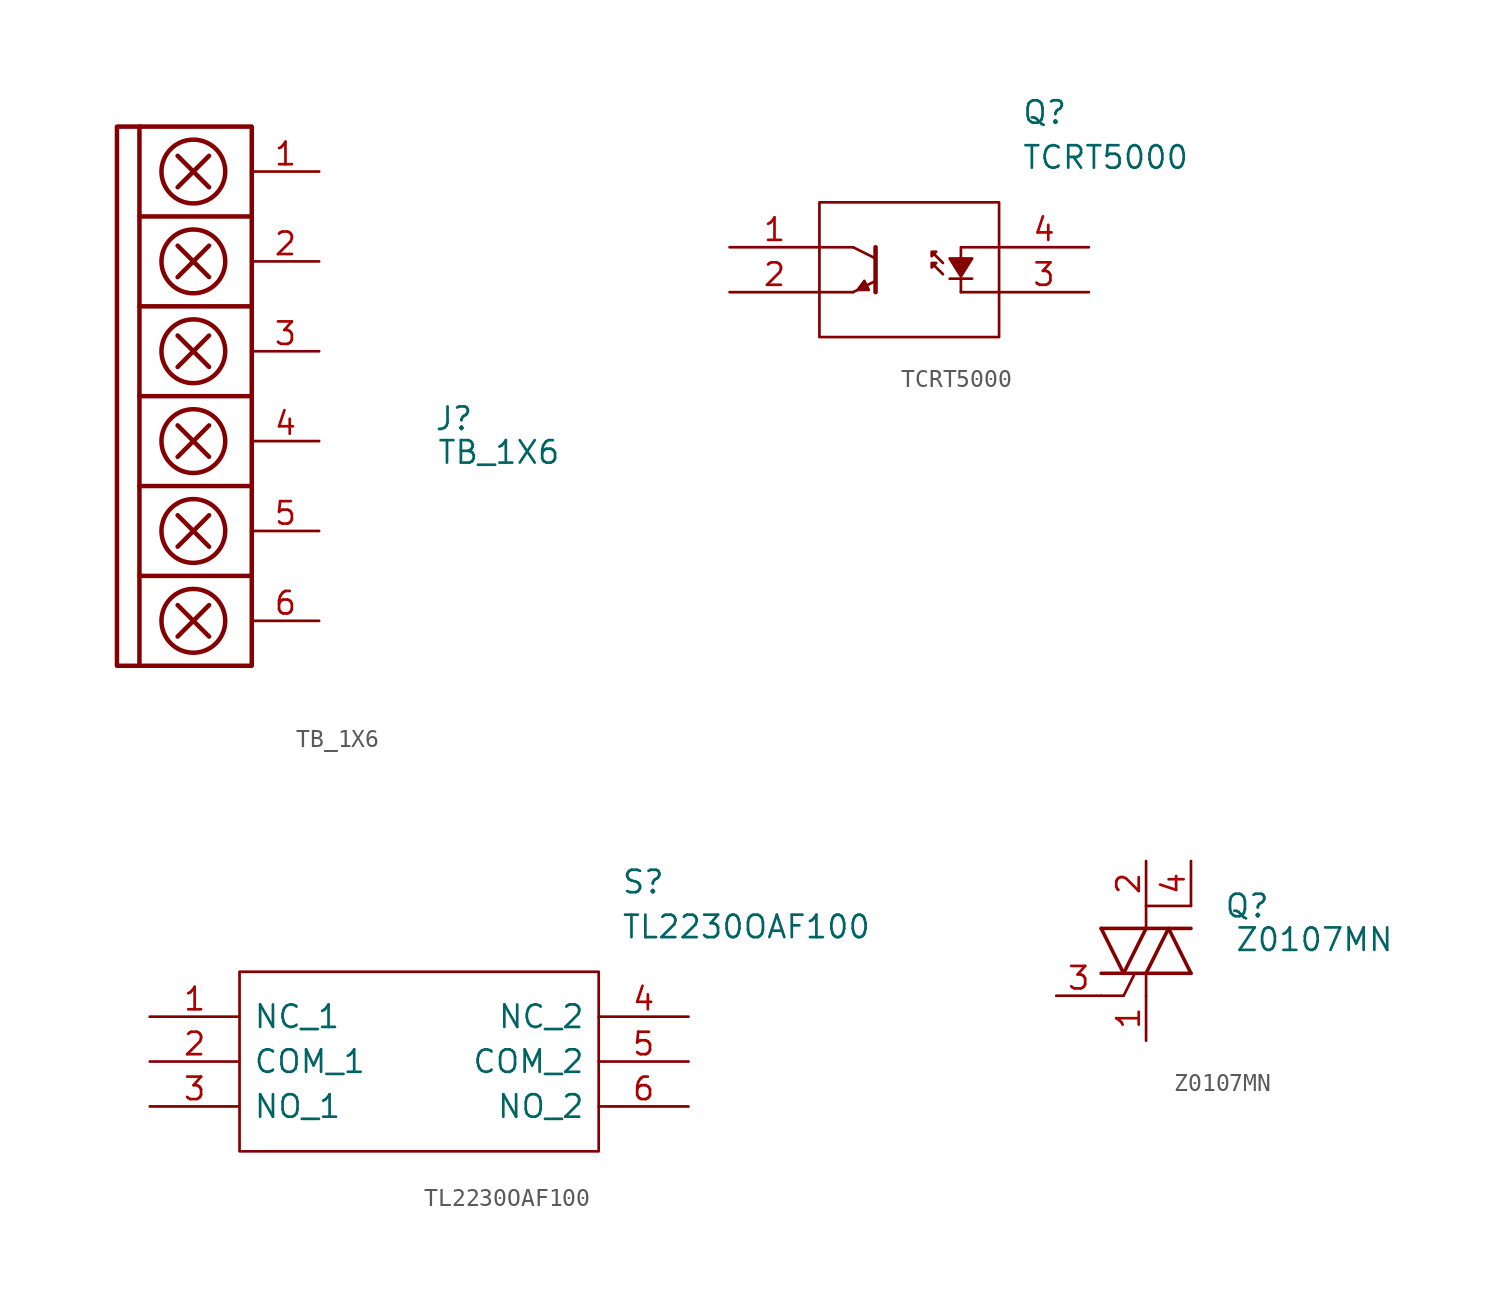
<source format=kicad_sym>
(kicad_symbol_lib
  (version 20211014)
  (generator kicad_symbol_editor)
  (symbol "TB_1X6"
    (pin_names
      (offset 1.016))
    (property "Reference" "J"
      (at 15.24 -1.27 0)
      (effects (font (size 1.27 1.27))))
    (property "Value" "TB_1X6"
      (at 17.78 -3.175 0)
      (effects (font (size 1.27 1.27))))
    (symbol "TB_1X6_0_1"
      (rectangle (start -3.81 15.24) (end 3.81 -15.24) (stroke (width 0.254) (type default) (color 0 0 0 0)) (fill (type none)))
      (polyline (pts (xy 3.81 0) (xy -2.54 0)) (stroke (width 0.254) (type default) (color 0 0 0 0)) (fill (type none))))
    (symbol "TB_1X6_1_1"
      (polyline (pts (xy -2.54 -10.16) (xy 3.81 -10.16)) (stroke (width 0.254) (type default) (color 0 0 0 0)) (fill (type none)))
      (polyline (pts (xy -2.54 -5.08) (xy 3.81 -5.08)) (stroke (width 0.254) (type default) (color 0 0 0 0)) (fill (type none)))
      (polyline (pts (xy -2.54 0) (xy -2.54 -15.24)) (stroke (width 0.254) (type default) (color 0 0 0 0)) (fill (type none)))
      (polyline (pts (xy -2.54 5.08) (xy 3.81 5.08)) (stroke (width 0.254) (type default) (color 0 0 0 0)) (fill (type none)))
      (polyline (pts (xy -2.54 10.16) (xy 3.81 10.16)) (stroke (width 0.254) (type default) (color 0 0 0 0)) (fill (type none)))
      (polyline (pts (xy -2.54 15.24) (xy -2.54 0)) (stroke (width 0.254) (type default) (color 0 0 0 0)) (fill (type none)))
      (polyline (pts (xy -0.381 -13.589) (xy 1.397 -11.811)) (stroke (width 0.254) (type default) (color 0 0 0 0)) (fill (type none)))
      (polyline (pts (xy -0.381 -11.811) (xy 1.397 -13.589)) (stroke (width 0.254) (type default) (color 0 0 0 0)) (fill (type none)))
      (polyline (pts (xy -0.381 -8.509) (xy 1.397 -6.731)) (stroke (width 0.254) (type default) (color 0 0 0 0)) (fill (type none)))
      (polyline (pts (xy -0.381 -6.731) (xy 1.397 -8.509)) (stroke (width 0.254) (type default) (color 0 0 0 0)) (fill (type none)))
      (polyline (pts (xy -0.381 -3.429) (xy 1.397 -1.651)) (stroke (width 0.254) (type default) (color 0 0 0 0)) (fill (type none)))
      (polyline (pts (xy -0.381 -1.651) (xy 1.397 -3.429)) (stroke (width 0.254) (type default) (color 0 0 0 0)) (fill (type none)))
      (polyline (pts (xy -0.381 1.651) (xy 1.397 3.429)) (stroke (width 0.254) (type default) (color 0 0 0 0)) (fill (type none)))
      (polyline (pts (xy -0.381 3.429) (xy 1.397 1.651)) (stroke (width 0.254) (type default) (color 0 0 0 0)) (fill (type none)))
      (polyline (pts (xy -0.381 6.731) (xy 1.397 8.509)) (stroke (width 0.254) (type default) (color 0 0 0 0)) (fill (type none)))
      (polyline (pts (xy -0.381 8.509) (xy 1.397 6.731)) (stroke (width 0.254) (type default) (color 0 0 0 0)) (fill (type none)))
      (polyline (pts (xy -0.381 11.811) (xy 1.397 13.589)) (stroke (width 0.254) (type default) (color 0 0 0 0)) (fill (type none)))
      (polyline (pts (xy -0.381 13.589) (xy 1.397 11.811)) (stroke (width 0.254) (type default) (color 0 0 0 0)) (fill (type none)))
      (circle (center 0.508 -12.7) (radius 1.803) (stroke (width 0.254) (type default) (color 0 0 0 0)) (fill (type none)))
      (circle (center 0.508 -7.62) (radius 1.803) (stroke (width 0.254) (type default) (color 0 0 0 0)) (fill (type none)))
      (circle (center 0.508 -2.54) (radius 1.803) (stroke (width 0.254) (type default) (color 0 0 0 0)) (fill (type none)))
      (circle (center 0.508 2.54) (radius 1.803) (stroke (width 0.254) (type default) (color 0 0 0 0)) (fill (type none)))
      (circle (center 0.508 7.62) (radius 1.803) (stroke (width 0.254) (type default) (color 0 0 0 0)) (fill (type none)))
      (circle (center 0.508 12.7) (radius 1.803) (stroke (width 0.254) (type default) (color 0 0 0 0)) (fill (type none)))
      (pin input line (at 7.62 12.7 180) (length 3.81) (name "~" (effects (font (size 1.27 1.27)))) (number "1" (effects (font (size 1.27 1.27)))))
      (pin input line (at 7.62 7.62 180) (length 3.81) (name "~" (effects (font (size 1.27 1.27)))) (number "2" (effects (font (size 1.27 1.27)))))
      (pin input line (at 7.62 2.54 180) (length 3.81) (name "~" (effects (font (size 1.27 1.27)))) (number "3" (effects (font (size 1.27 1.27)))))
      (pin input line (at 7.62 -2.54 180) (length 3.81) (name "~" (effects (font (size 1.27 1.27)))) (number "4" (effects (font (size 1.27 1.27)))))
      (pin input line (at 7.62 -7.62 180) (length 3.81) (name "~" (effects (font (size 1.27 1.27)))) (number "5" (effects (font (size 1.27 1.27)))))
      (pin input line (at 7.62 -12.7 180) (length 3.81) (name "~" (effects (font (size 1.27 1.27)))) (number "6" (effects (font (size 1.27 1.27)))))))
  (symbol "TCRT5000"
    (pin_names
      (offset 0.762) hide)
    (property "Reference" "Q"
      (at 6.35 8.89 0)
      (effects (font (size 1.27 1.27)) (justify left)))
    (property "Value" "TCRT5000"
      (at 6.35 6.35 0)
      (effects (font (size 1.27 1.27)) (justify left)))
    (symbol "TCRT5000_0_0"
      (pin passive line (at -10.16 1.27 0) (length 5.08) (name "C" (effects (font (size 1.27 1.27)))) (number "1" (effects (font (size 1.27 1.27)))))
      (pin passive line (at -10.16 -1.27 0) (length 5.08) (name "E" (effects (font (size 1.27 1.27)))) (number "2" (effects (font (size 1.27 1.27)))))
      (pin passive line (at 10.16 -1.27 180) (length 5.08) (name "K" (effects (font (size 1.27 1.27)))) (number "3" (effects (font (size 1.27 1.27)))))
      (pin passive line (at 10.16 1.27 180) (length 5.08) (name "A" (effects (font (size 1.27 1.27)))) (number "4" (effects (font (size 1.27 1.27))))))
    (symbol "TCRT5000_0_1"
      (polyline (pts (xy -3.175 -1.27) (xy -5.08 -1.27)) (stroke (width 0.152) (type default) (color 0 0 0 0)) (fill (type none)))
      (polyline (pts (xy -3.175 1.27) (xy -5.08 1.27)) (stroke (width 0.152) (type default) (color 0 0 0 0)) (fill (type none)))
      (polyline (pts (xy -1.905 -1.27) (xy -1.905 1.27)) (stroke (width 0.254) (type default) (color 0 0 0 0)) (fill (type none)))
      (polyline (pts (xy -1.905 -0.635) (xy -3.175 -1.27)) (stroke (width 0.152) (type default) (color 0 0 0 0)) (fill (type none)))
      (polyline (pts (xy -1.905 0.635) (xy -3.175 1.27)) (stroke (width 0.152) (type default) (color 0 0 0 0)) (fill (type none)))
      (polyline (pts (xy 1.397 0.254) (xy 1.905 -0.254)) (stroke (width 0.152) (type default) (color 0 0 0 0)) (fill (type none)))
      (polyline (pts (xy 1.397 0.889) (xy 1.905 0.381)) (stroke (width 0.152) (type default) (color 0 0 0 0)) (fill (type none)))
      (polyline (pts (xy 2.286 -0.508) (xy 3.556 -0.508)) (stroke (width 0.152) (type default) (color 0 0 0 0)) (fill (type none)))
      (polyline (pts (xy 2.921 -0.508) (xy 2.921 -1.27)) (stroke (width 0.152) (type default) (color 0 0 0 0)) (fill (type none)))
      (polyline (pts (xy 5.08 -1.27) (xy 2.921 -1.27)) (stroke (width 0.152) (type default) (color 0 0 0 0)) (fill (type none)))
      (polyline (pts (xy 5.08 1.27) (xy 2.921 1.27) (xy 2.921 0.635)) (stroke (width 0.152) (type default) (color 0 0 0 0)) (fill (type none)))
      (polyline (pts (xy -5.08 3.81) (xy 5.08 3.81) (xy 5.08 -3.81) (xy -5.08 -3.81) (xy -5.08 3.81)) (stroke (width 0.152) (type default) (color 0 0 0 0)) (fill (type none)))
      (polyline (pts (xy -2.286 -1.143) (xy -2.54 -0.635) (xy -2.921 -1.143) (xy -2.286 -1.143) (xy -2.54 -0.635)) (stroke (width 0) (type default) (color 0 0 0 0)) (fill (type outline)))
      (polyline (pts (xy 1.397 0.254) (xy 1.27 0.127) (xy 1.27 0.381) (xy 1.524 0.381) (xy 1.397 0.254)) (stroke (width 0.152) (type default) (color 0 0 0 0)) (fill (type none)))
      (polyline (pts (xy 1.397 0.889) (xy 1.27 0.762) (xy 1.27 1.016) (xy 1.524 1.016) (xy 1.397 0.889)) (stroke (width 0.152) (type default) (color 0 0 0 0)) (fill (type none)))
      (polyline (pts (xy 3.556 0.635) (xy 2.286 0.635) (xy 2.921 -0.381) (xy 3.556 0.635) (xy 2.794 0)) (stroke (width 0) (type default) (color 0 0 0 0)) (fill (type outline)))))
  (symbol "TL2230OAF100"
    (pin_names
      (offset 0.762))
    (property "Reference" "S"
      (at 11.43 10.16 0)
      (effects (font (size 1.27 1.27)) (justify left)))
    (property "Value" "TL2230OAF100"
      (at 11.43 7.62 0)
      (effects (font (size 1.27 1.27)) (justify left)))
    (symbol "TL2230OAF100_0_0"
      (pin passive line (at -15.24 2.54 0) (length 5.08) (name "NC_1" (effects (font (size 1.27 1.27)))) (number "1" (effects (font (size 1.27 1.27)))))
      (pin passive line (at -15.24 0 0) (length 5.08) (name "COM_1" (effects (font (size 1.27 1.27)))) (number "2" (effects (font (size 1.27 1.27)))))
      (pin passive line (at -15.24 -2.54 0) (length 5.08) (name "NO_1" (effects (font (size 1.27 1.27)))) (number "3" (effects (font (size 1.27 1.27)))))
      (pin passive line (at 15.24 2.54 180) (length 5.08) (name "NC_2" (effects (font (size 1.27 1.27)))) (number "4" (effects (font (size 1.27 1.27)))))
      (pin passive line (at 15.24 0 180) (length 5.08) (name "COM_2" (effects (font (size 1.27 1.27)))) (number "5" (effects (font (size 1.27 1.27)))))
      (pin passive line (at 15.24 -2.54 180) (length 5.08) (name "NO_2" (effects (font (size 1.27 1.27)))) (number "6" (effects (font (size 1.27 1.27))))))
    (symbol "TL2230OAF100_0_1"
      (polyline (pts (xy -10.16 5.08) (xy 10.16 5.08) (xy 10.16 -5.08) (xy -10.16 -5.08) (xy -10.16 5.08)) (stroke (width 0.152) (type default) (color 0 0 0 0)) (fill (type none)))))
  (symbol "Z0107MN"
    (pin_names
      (offset 1.016) hide)
    (property "Reference" "Q"
      (at 5.715 2.54 0)
      (effects (font (size 1.27 1.27))))
    (property "Value" "Z0107MN"
      (at 9.525 0.635 0)
      (effects (font (size 1.27 1.27))))
    (symbol "Z0107MN_0_1"
      (polyline (pts (xy 2.54 2.54) (xy 0 2.54)) (stroke (width 0) (type default) (color 0 0 0 0)) (fill (type none))))
    (symbol "Z0107MN_1_1"
      (rectangle (start -2.54 -2.54) (end -1.27 -2.54) (stroke (width 0) (type default) (color 0 0 0 0)) (fill (type none)))
      (rectangle (start 0 -2.54) (end 0 -1.27) (stroke (width 0) (type default) (color 0 0 0 0)) (fill (type none)))
      (polyline (pts (xy -2.54 -1.27) (xy 2.54 -1.27)) (stroke (width 0.203) (type default) (color 0 0 0 0)) (fill (type none)))
      (polyline (pts (xy -2.54 1.27) (xy 2.54 1.27)) (stroke (width 0.203) (type default) (color 0 0 0 0)) (fill (type none)))
      (polyline (pts (xy -1.27 -2.54) (xy -0.635 -1.27)) (stroke (width 0) (type default) (color 0 0 0 0)) (fill (type none)))
      (polyline (pts (xy -2.54 1.27) (xy -1.27 -1.27) (xy 0 1.27)) (stroke (width 0.203) (type default) (color 0 0 0 0)) (fill (type none)))
      (polyline (pts (xy 0 -1.27) (xy 1.27 1.27) (xy 2.54 -1.27)) (stroke (width 0.203) (type default) (color 0 0 0 0)) (fill (type none)))
      (rectangle (start 0 1.27) (end 0 2.54) (stroke (width 0) (type default) (color 0 0 0 0)) (fill (type none)))
      (pin passive line (at 0 -5.08 90) (length 2.54) (name "A1" (effects (font (size 0.635 0.635)))) (number "1" (effects (font (size 1.27 1.27)))))
      (pin passive line (at 0 5.08 270) (length 2.54) (name "A2" (effects (font (size 0.635 0.635)))) (number "2" (effects (font (size 1.27 1.27)))))
      (pin input line (at -5.08 -2.54 0) (length 2.54) (name "G" (effects (font (size 0.635 0.635)))) (number "3" (effects (font (size 1.27 1.27)))))
      (pin input line (at 2.54 5.08 270) (length 2.54) (name "A2" (effects (font (size 1.27 1.27)))) (number "4" (effects (font (size 1.27 1.27))))))))
</source>
